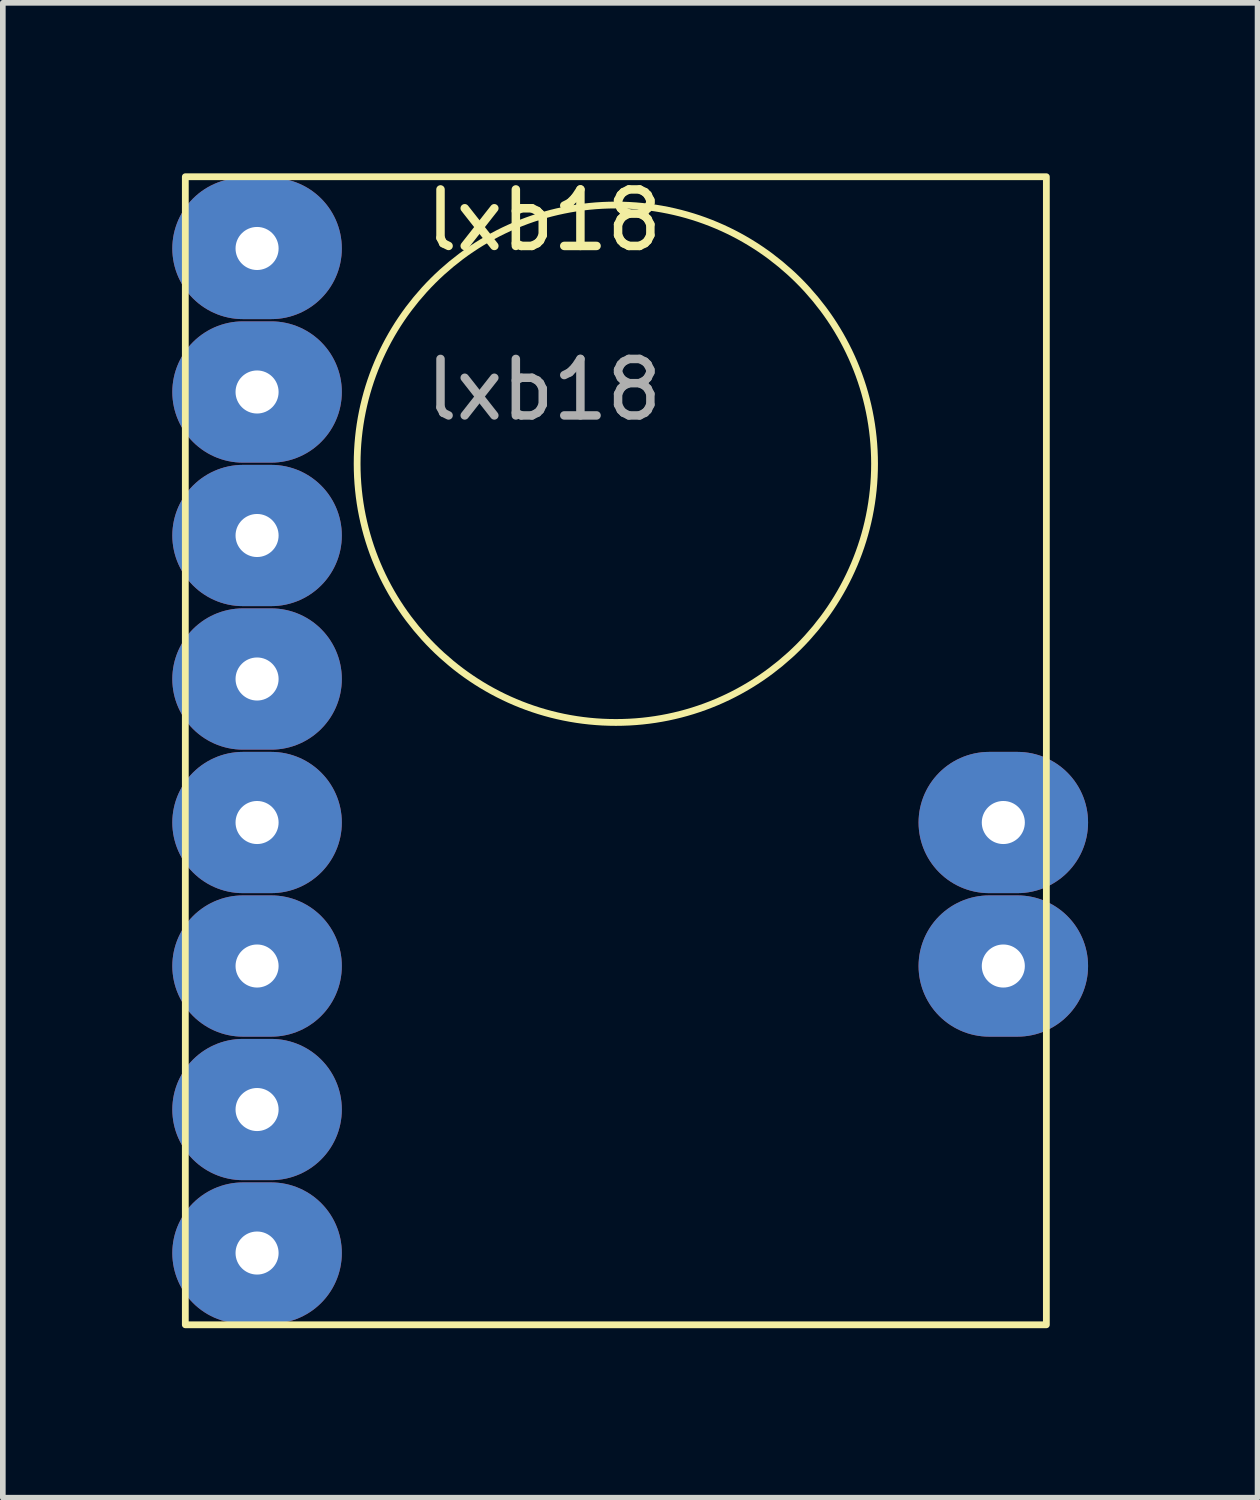
<source format=kicad_pcb>
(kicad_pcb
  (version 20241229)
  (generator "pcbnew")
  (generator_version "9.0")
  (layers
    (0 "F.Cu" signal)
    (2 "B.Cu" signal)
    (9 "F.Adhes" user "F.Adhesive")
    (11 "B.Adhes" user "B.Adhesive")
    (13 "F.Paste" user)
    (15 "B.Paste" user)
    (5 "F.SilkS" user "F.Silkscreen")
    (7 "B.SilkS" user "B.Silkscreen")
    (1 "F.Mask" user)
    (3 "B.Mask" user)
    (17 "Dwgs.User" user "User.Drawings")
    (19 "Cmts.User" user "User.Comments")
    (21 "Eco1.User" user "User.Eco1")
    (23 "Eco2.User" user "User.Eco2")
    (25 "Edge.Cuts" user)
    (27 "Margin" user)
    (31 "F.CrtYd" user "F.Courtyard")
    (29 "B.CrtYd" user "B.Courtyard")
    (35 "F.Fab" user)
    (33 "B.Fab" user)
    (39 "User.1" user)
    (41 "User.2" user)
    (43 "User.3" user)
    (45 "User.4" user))
  (footprint "lxb18"
    (layer "F.Cu")
    (at 6.58 1.348)
    (property "Reference" "lxb18" (at 0 -0.5 0) (unlocked yes) (layer "F.SilkS") (effects (font (size 1 1) (thickness 0.15))))
    (attr through_hole)
    (fp_rect (start -6.35 -1.27) (end 8.89 19.05) (stroke (width 0.12) (type solid)) (fill no) (layer "F.SilkS"))
    (fp_circle (center 1.27 3.81) (end 3.81 7.62) (stroke (width 0.12) (type solid)) (fill no) (layer "F.SilkS"))
    (fp_text user "${REFERENCE}" (at 0 2.5 0) (unlocked yes) (layer "F.Fab") (effects (font (size 1 1) (thickness 0.15))))
    (pad "1" thru_hole oval (at -5.08 0) (size 3 2.5) (drill 0.762) (layers "*.Cu" "*.Mask"))
    (pad "2" thru_hole oval (at -5.08 2.54) (size 3 2.5) (drill 0.762) (layers "*.Cu" "*.Mask"))
    (pad "2" thru_hole oval (at -5.08 5.08) (size 3 2.5) (drill 0.762) (layers "*.Cu" "*.Mask"))
    (pad "2" thru_hole oval (at -5.08 7.62) (size 3 2.5) (drill 0.762) (layers "*.Cu" "*.Mask"))
    (pad "3" thru_hole oval (at -5.08 10.16) (size 3 2.5) (drill 0.762) (layers "*.Cu" "*.Mask"))
    (pad "4" thru_hole oval (at -5.08 12.7) (size 3 2.5) (drill 0.762) (layers "*.Cu" "*.Mask"))
    (pad "5" thru_hole oval (at -5.08 15.24) (size 3 2.5) (drill 0.762) (layers "*.Cu" "*.Mask"))
    (pad "6" thru_hole oval (at -5.08 17.78) (size 3 2.5) (drill 0.762) (layers "*.Cu" "*.Mask"))
    (pad "7" thru_hole oval (at 8.128 12.7) (size 3 2.5) (drill 0.762) (layers "*.Cu" "*.Mask"))
    (pad "8" thru_hole oval (at 8.128 10.16) (size 3 2.5) (drill 0.762) (layers "*.Cu" "*.Mask")))
  (gr_rect
    (start -3 -3)
    (end 19.208 23.458)
    (stroke (width 0.1) (type default))
    (fill no)
    (layer "Edge.Cuts")))
</source>
